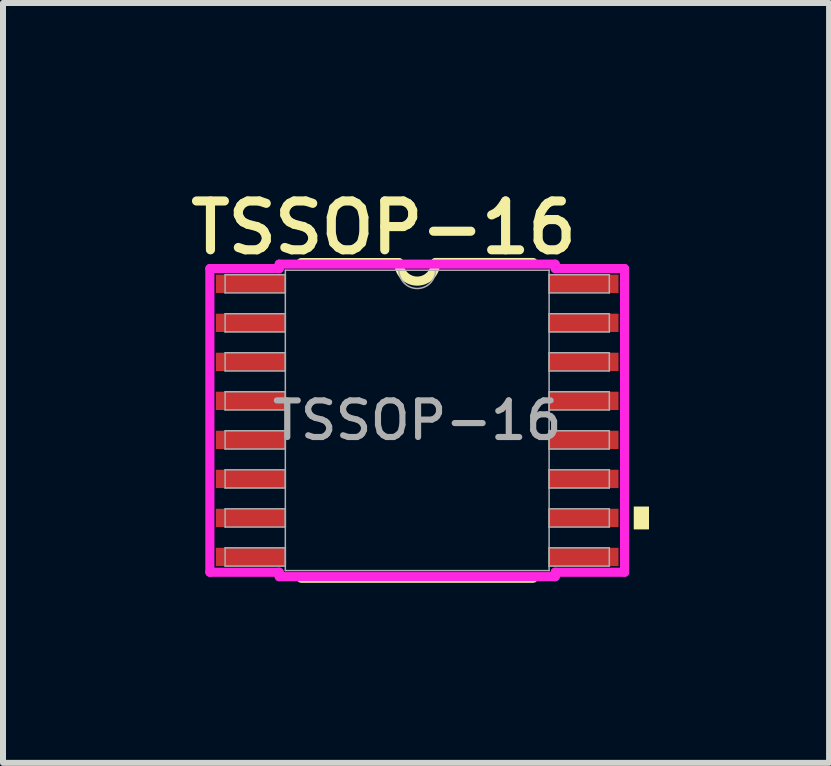
<source format=kicad_pcb>
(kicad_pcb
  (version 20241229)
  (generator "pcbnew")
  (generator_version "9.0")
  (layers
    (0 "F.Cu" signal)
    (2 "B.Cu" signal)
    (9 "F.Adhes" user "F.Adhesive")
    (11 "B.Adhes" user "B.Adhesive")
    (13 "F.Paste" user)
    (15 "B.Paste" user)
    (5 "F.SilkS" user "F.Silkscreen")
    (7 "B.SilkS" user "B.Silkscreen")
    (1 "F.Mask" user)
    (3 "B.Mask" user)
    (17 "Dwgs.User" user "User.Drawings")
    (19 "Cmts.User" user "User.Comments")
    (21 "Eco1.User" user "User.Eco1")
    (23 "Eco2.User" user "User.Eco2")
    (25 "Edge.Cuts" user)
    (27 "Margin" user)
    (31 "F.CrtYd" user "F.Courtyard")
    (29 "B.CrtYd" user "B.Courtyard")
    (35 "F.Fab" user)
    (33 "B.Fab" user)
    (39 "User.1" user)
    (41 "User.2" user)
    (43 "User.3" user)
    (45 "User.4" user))
  (footprint "TSSOP-16"
    (layer "F.Cu")
    (at 3.9 3.953)
    (property "Reference" "TSSOP-16" (at -0.56 -3.21 0) (unlocked yes) (layer "F.SilkS") (effects (font (size 0.813 0.813) (thickness 0.152) (bold yes))))
    (attr smd)
    (fp_line (start -1.932 2.629) (end 1.932 2.629) (stroke (width 0.152) (type solid)) (layer "F.SilkS"))
    (fp_line (start -0.305 -2.629) (end -1.932 -2.629) (stroke (width 0.152) (type solid)) (layer "F.SilkS"))
    (fp_line (start 0.302 -2.63) (end 1.93 -2.63) (stroke (width 0.152) (type solid)) (layer "F.SilkS"))
    (fp_arc (start 0.3048 -2.6248) (mid 0 -2.32) (end -0.3048 -2.6248) (stroke (width 0.1524) (type solid)) (layer "F.SilkS"))
    (fp_poly (pts (xy 3.861 1.435) (xy 3.861 1.816) (xy 3.607 1.816) (xy 3.607 1.435)) (stroke (width 0) (type solid)) (fill yes) (layer "F.SilkS"))
    (fp_line (start -3.454 -2.529) (end -2.299 -2.529) (stroke (width 0.152) (type solid)) (layer "F.CrtYd"))
    (fp_line (start -3.454 2.529) (end -3.454 -2.529) (stroke (width 0.152) (type solid)) (layer "F.CrtYd"))
    (fp_line (start -3.454 2.529) (end -2.299 2.529) (stroke (width 0.152) (type solid)) (layer "F.CrtYd"))
    (fp_line (start -2.299 -2.603) (end 2.299 -2.603) (stroke (width 0.152) (type solid)) (layer "F.CrtYd"))
    (fp_line (start -2.299 -2.529) (end -2.299 -2.603) (stroke (width 0.152) (type solid)) (layer "F.CrtYd"))
    (fp_line (start -2.299 2.603) (end -2.299 2.529) (stroke (width 0.152) (type solid)) (layer "F.CrtYd"))
    (fp_line (start 2.299 -2.603) (end 2.299 -2.529) (stroke (width 0.152) (type solid)) (layer "F.CrtYd"))
    (fp_line (start 2.299 2.529) (end 2.299 2.603) (stroke (width 0.152) (type solid)) (layer "F.CrtYd"))
    (fp_line (start 2.299 2.603) (end -2.299 2.603) (stroke (width 0.152) (type solid)) (layer "F.CrtYd"))
    (fp_line (start 3.454 -2.529) (end 2.299 -2.529) (stroke (width 0.152) (type solid)) (layer "F.CrtYd"))
    (fp_line (start 3.454 -2.529) (end 3.454 2.529) (stroke (width 0.152) (type solid)) (layer "F.CrtYd"))
    (fp_line (start 3.454 2.529) (end 2.299 2.529) (stroke (width 0.152) (type solid)) (layer "F.CrtYd"))
    (fp_line (start -3.2 -2.427) (end -3.2 -2.123) (stroke (width 0.025) (type solid)) (layer "F.Fab"))
    (fp_line (start -3.2 -2.123) (end -2.197 -2.123) (stroke (width 0.025) (type solid)) (layer "F.Fab"))
    (fp_line (start -3.2 -1.777) (end -3.2 -1.473) (stroke (width 0.025) (type solid)) (layer "F.Fab"))
    (fp_line (start -3.2 -1.473) (end -2.197 -1.473) (stroke (width 0.025) (type solid)) (layer "F.Fab"))
    (fp_line (start -3.2 -1.127) (end -3.2 -0.823) (stroke (width 0.025) (type solid)) (layer "F.Fab"))
    (fp_line (start -3.2 -0.823) (end -2.197 -0.823) (stroke (width 0.025) (type solid)) (layer "F.Fab"))
    (fp_line (start -3.2 -0.477) (end -3.2 -0.173) (stroke (width 0.025) (type solid)) (layer "F.Fab"))
    (fp_line (start -3.2 -0.173) (end -2.197 -0.173) (stroke (width 0.025) (type solid)) (layer "F.Fab"))
    (fp_line (start -3.2 0.173) (end -3.2 0.477) (stroke (width 0.025) (type solid)) (layer "F.Fab"))
    (fp_line (start -3.2 0.477) (end -2.197 0.477) (stroke (width 0.025) (type solid)) (layer "F.Fab"))
    (fp_line (start -3.2 0.823) (end -3.2 1.127) (stroke (width 0.025) (type solid)) (layer "F.Fab"))
    (fp_line (start -3.2 1.127) (end -2.197 1.127) (stroke (width 0.025) (type solid)) (layer "F.Fab"))
    (fp_line (start -3.2 1.473) (end -3.2 1.777) (stroke (width 0.025) (type solid)) (layer "F.Fab"))
    (fp_line (start -3.2 1.777) (end -2.197 1.777) (stroke (width 0.025) (type solid)) (layer "F.Fab"))
    (fp_line (start -3.2 2.123) (end -3.2 2.427) (stroke (width 0.025) (type solid)) (layer "F.Fab"))
    (fp_line (start -3.2 2.427) (end -2.197 2.427) (stroke (width 0.025) (type solid)) (layer "F.Fab"))
    (fp_line (start -2.197 -2.502) (end -2.197 2.502) (stroke (width 0.025) (type solid)) (layer "F.Fab"))
    (fp_line (start -2.197 -2.427) (end -3.2 -2.427) (stroke (width 0.025) (type solid)) (layer "F.Fab"))
    (fp_line (start -2.197 -2.123) (end -2.197 -2.427) (stroke (width 0.025) (type solid)) (layer "F.Fab"))
    (fp_line (start -2.197 -1.777) (end -3.2 -1.777) (stroke (width 0.025) (type solid)) (layer "F.Fab"))
    (fp_line (start -2.197 -1.473) (end -2.197 -1.777) (stroke (width 0.025) (type solid)) (layer "F.Fab"))
    (fp_line (start -2.197 -1.127) (end -3.2 -1.127) (stroke (width 0.025) (type solid)) (layer "F.Fab"))
    (fp_line (start -2.197 -0.823) (end -2.197 -1.127) (stroke (width 0.025) (type solid)) (layer "F.Fab"))
    (fp_line (start -2.197 -0.477) (end -3.2 -0.477) (stroke (width 0.025) (type solid)) (layer "F.Fab"))
    (fp_line (start -2.197 -0.173) (end -2.197 -0.477) (stroke (width 0.025) (type solid)) (layer "F.Fab"))
    (fp_line (start -2.197 0.173) (end -3.2 0.173) (stroke (width 0.025) (type solid)) (layer "F.Fab"))
    (fp_line (start -2.197 0.477) (end -2.197 0.173) (stroke (width 0.025) (type solid)) (layer "F.Fab"))
    (fp_line (start -2.197 0.823) (end -3.2 0.823) (stroke (width 0.025) (type solid)) (layer "F.Fab"))
    (fp_line (start -2.197 1.127) (end -2.197 0.823) (stroke (width 0.025) (type solid)) (layer "F.Fab"))
    (fp_line (start -2.197 1.473) (end -3.2 1.473) (stroke (width 0.025) (type solid)) (layer "F.Fab"))
    (fp_line (start -2.197 1.777) (end -2.197 1.473) (stroke (width 0.025) (type solid)) (layer "F.Fab"))
    (fp_line (start -2.197 2.123) (end -3.2 2.123) (stroke (width 0.025) (type solid)) (layer "F.Fab"))
    (fp_line (start -2.197 2.427) (end -2.197 2.123) (stroke (width 0.025) (type solid)) (layer "F.Fab"))
    (fp_line (start -2.197 2.502) (end 2.197 2.502) (stroke (width 0.025) (type solid)) (layer "F.Fab"))
    (fp_line (start 2.197 -2.502) (end -2.197 -2.502) (stroke (width 0.025) (type solid)) (layer "F.Fab"))
    (fp_line (start 2.197 -2.427) (end 2.197 -2.123) (stroke (width 0.025) (type solid)) (layer "F.Fab"))
    (fp_line (start 2.197 -2.123) (end 3.2 -2.123) (stroke (width 0.025) (type solid)) (layer "F.Fab"))
    (fp_line (start 2.197 -1.777) (end 2.197 -1.473) (stroke (width 0.025) (type solid)) (layer "F.Fab"))
    (fp_line (start 2.197 -1.473) (end 3.2 -1.473) (stroke (width 0.025) (type solid)) (layer "F.Fab"))
    (fp_line (start 2.197 -1.127) (end 2.197 -0.823) (stroke (width 0.025) (type solid)) (layer "F.Fab"))
    (fp_line (start 2.197 -0.823) (end 3.2 -0.823) (stroke (width 0.025) (type solid)) (layer "F.Fab"))
    (fp_line (start 2.197 -0.477) (end 2.197 -0.173) (stroke (width 0.025) (type solid)) (layer "F.Fab"))
    (fp_line (start 2.197 -0.173) (end 3.2 -0.173) (stroke (width 0.025) (type solid)) (layer "F.Fab"))
    (fp_line (start 2.197 0.173) (end 2.197 0.477) (stroke (width 0.025) (type solid)) (layer "F.Fab"))
    (fp_line (start 2.197 0.477) (end 3.2 0.477) (stroke (width 0.025) (type solid)) (layer "F.Fab"))
    (fp_line (start 2.197 0.823) (end 2.197 1.127) (stroke (width 0.025) (type solid)) (layer "F.Fab"))
    (fp_line (start 2.197 1.127) (end 3.2 1.127) (stroke (width 0.025) (type solid)) (layer "F.Fab"))
    (fp_line (start 2.197 1.473) (end 2.197 1.777) (stroke (width 0.025) (type solid)) (layer "F.Fab"))
    (fp_line (start 2.197 1.777) (end 3.2 1.777) (stroke (width 0.025) (type solid)) (layer "F.Fab"))
    (fp_line (start 2.197 2.123) (end 2.197 2.427) (stroke (width 0.025) (type solid)) (layer "F.Fab"))
    (fp_line (start 2.197 2.427) (end 3.2 2.427) (stroke (width 0.025) (type solid)) (layer "F.Fab"))
    (fp_line (start 2.197 2.502) (end 2.197 -2.502) (stroke (width 0.025) (type solid)) (layer "F.Fab"))
    (fp_line (start 3.2 -2.427) (end 2.197 -2.427) (stroke (width 0.025) (type solid)) (layer "F.Fab"))
    (fp_line (start 3.2 -2.123) (end 3.2 -2.427) (stroke (width 0.025) (type solid)) (layer "F.Fab"))
    (fp_line (start 3.2 -1.777) (end 2.197 -1.777) (stroke (width 0.025) (type solid)) (layer "F.Fab"))
    (fp_line (start 3.2 -1.473) (end 3.2 -1.777) (stroke (width 0.025) (type solid)) (layer "F.Fab"))
    (fp_line (start 3.2 -1.127) (end 2.197 -1.127) (stroke (width 0.025) (type solid)) (layer "F.Fab"))
    (fp_line (start 3.2 -0.823) (end 3.2 -1.127) (stroke (width 0.025) (type solid)) (layer "F.Fab"))
    (fp_line (start 3.2 -0.477) (end 2.197 -0.477) (stroke (width 0.025) (type solid)) (layer "F.Fab"))
    (fp_line (start 3.2 -0.173) (end 3.2 -0.477) (stroke (width 0.025) (type solid)) (layer "F.Fab"))
    (fp_line (start 3.2 0.173) (end 2.197 0.173) (stroke (width 0.025) (type solid)) (layer "F.Fab"))
    (fp_line (start 3.2 0.477) (end 3.2 0.173) (stroke (width 0.025) (type solid)) (layer "F.Fab"))
    (fp_line (start 3.2 0.823) (end 2.197 0.823) (stroke (width 0.025) (type solid)) (layer "F.Fab"))
    (fp_line (start 3.2 1.127) (end 3.2 0.823) (stroke (width 0.025) (type solid)) (layer "F.Fab"))
    (fp_line (start 3.2 1.473) (end 2.197 1.473) (stroke (width 0.025) (type solid)) (layer "F.Fab"))
    (fp_line (start 3.2 1.777) (end 3.2 1.473) (stroke (width 0.025) (type solid)) (layer "F.Fab"))
    (fp_line (start 3.2 2.123) (end 2.197 2.123) (stroke (width 0.025) (type solid)) (layer "F.Fab"))
    (fp_line (start 3.2 2.427) (end 3.2 2.123) (stroke (width 0.025) (type solid)) (layer "F.Fab"))
    (fp_arc (start 0.3048 -2.5019) (mid 0 -2.1971) (end -0.3048 -2.5019) (stroke (width 0.0254) (type solid)) (layer "F.Fab"))
    (fp_text user "${REFERENCE}" (at 0 0 0) (unlocked yes) (layer "F.Fab") (effects (font (size 0.61 0.61) (thickness 0.102) (bold yes))))
    (pad "1" smd rect (at -2.775 -2.275) (size 1.156 0.305) (layers "F.Cu" "F.Mask" "F.Paste"))
    (pad "2" smd rect (at -2.775 -1.625) (size 1.156 0.305) (layers "F.Cu" "F.Mask" "F.Paste"))
    (pad "3" smd rect (at -2.775 -0.975) (size 1.156 0.305) (layers "F.Cu" "F.Mask" "F.Paste"))
    (pad "4" smd rect (at -2.775 -0.325) (size 1.156 0.305) (layers "F.Cu" "F.Mask" "F.Paste"))
    (pad "5" smd rect (at -2.775 0.325) (size 1.156 0.305) (layers "F.Cu" "F.Mask" "F.Paste"))
    (pad "6" smd rect (at -2.775 0.975) (size 1.156 0.305) (layers "F.Cu" "F.Mask" "F.Paste"))
    (pad "7" smd rect (at -2.775 1.625) (size 1.156 0.305) (layers "F.Cu" "F.Mask" "F.Paste"))
    (pad "8" smd rect (at -2.775 2.275) (size 1.156 0.305) (layers "F.Cu" "F.Mask" "F.Paste"))
    (pad "9" smd rect (at 2.775 2.275) (size 1.156 0.305) (layers "F.Cu" "F.Mask" "F.Paste"))
    (pad "10" smd rect (at 2.775 1.625) (size 1.156 0.305) (layers "F.Cu" "F.Mask" "F.Paste"))
    (pad "11" smd rect (at 2.775 0.975) (size 1.156 0.305) (layers "F.Cu" "F.Mask" "F.Paste"))
    (pad "12" smd rect (at 2.775 0.325) (size 1.156 0.305) (layers "F.Cu" "F.Mask" "F.Paste"))
    (pad "13" smd rect (at 2.775 -0.325) (size 1.156 0.305) (layers "F.Cu" "F.Mask" "F.Paste"))
    (pad "14" smd rect (at 2.775 -0.975) (size 1.156 0.305) (layers "F.Cu" "F.Mask" "F.Paste"))
    (pad "15" smd rect (at 2.775 -1.625) (size 1.156 0.305) (layers "F.Cu" "F.Mask" "F.Paste"))
    (pad "16" smd rect (at 2.775 -2.275) (size 1.156 0.305) (layers "F.Cu" "F.Mask" "F.Paste")))
  (gr_rect
    (start -3 -3)
    (end 10.761 9.658)
    (stroke (width 0.1) (type default))
    (fill no)
    (layer "Edge.Cuts")))
</source>
